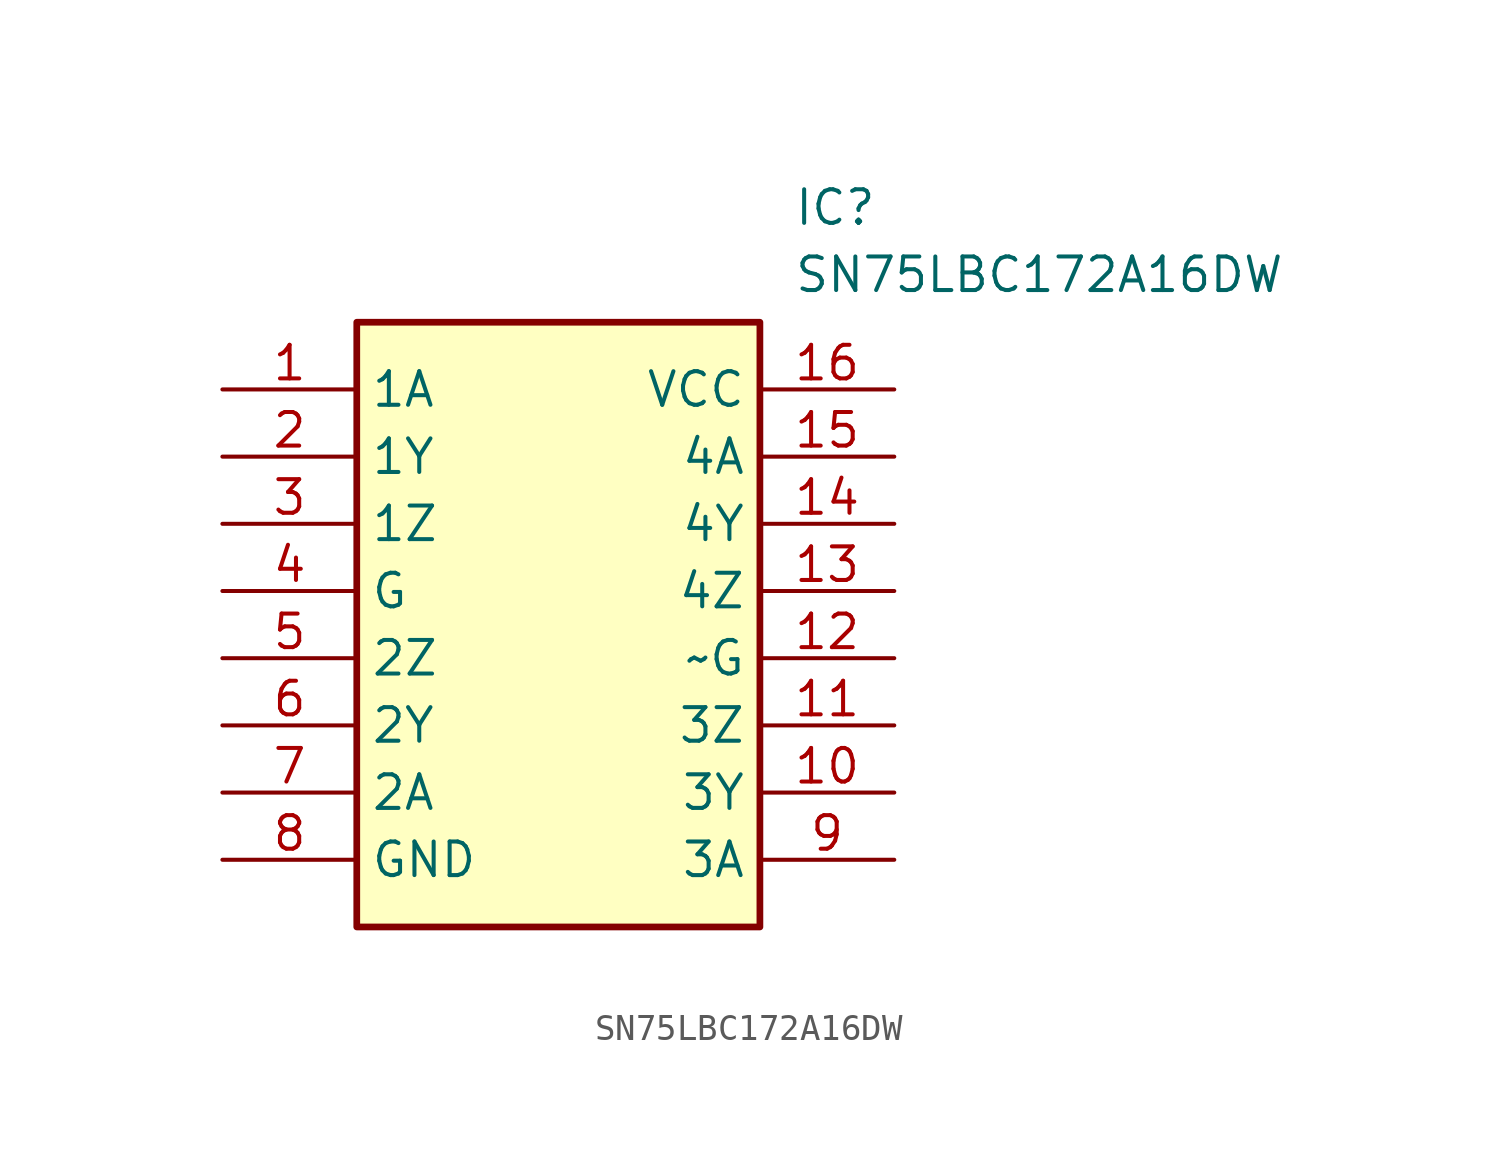
<source format=kicad_sym>
(kicad_symbol_lib
  (version 20211014)
  (generator SamacSys_ECAD_Model)
  (symbol "SN75LBC172A16DW"
    (property "Reference" "IC"
      (at 21.59 7.62 0)
      (effects (font (size 1.27 1.27)) (justify left top)))
    (property "Value" "SN75LBC172A16DW"
      (at 21.59 5.08 0)
      (effects (font (size 1.27 1.27)) (justify left top)))
    (rectangle
      (start 5.08 2.54)
      (end 20.32 -20.32)
      (stroke (width 0.254) (type default))
      (fill (type background)))
    (pin passive line
      (at 0 0 0)
      (length 5.08)
      (name "1A" (effects (font (size 1.27 1.27))))
      (number "1" (effects (font (size 1.27 1.27)))))
    (pin passive line
      (at 0 -2.54 0)
      (length 5.08)
      (name "1Y" (effects (font (size 1.27 1.27))))
      (number "2" (effects (font (size 1.27 1.27)))))
    (pin passive line
      (at 0 -5.08 0)
      (length 5.08)
      (name "1Z" (effects (font (size 1.27 1.27))))
      (number "3" (effects (font (size 1.27 1.27)))))
    (pin passive line
      (at 0 -7.62 0)
      (length 5.08)
      (name "G" (effects (font (size 1.27 1.27))))
      (number "4" (effects (font (size 1.27 1.27)))))
    (pin passive line
      (at 0 -10.16 0)
      (length 5.08)
      (name "2Z" (effects (font (size 1.27 1.27))))
      (number "5" (effects (font (size 1.27 1.27)))))
    (pin passive line
      (at 0 -12.7 0)
      (length 5.08)
      (name "2Y" (effects (font (size 1.27 1.27))))
      (number "6" (effects (font (size 1.27 1.27)))))
    (pin passive line
      (at 0 -15.24 0)
      (length 5.08)
      (name "2A" (effects (font (size 1.27 1.27))))
      (number "7" (effects (font (size 1.27 1.27)))))
    (pin passive line
      (at 0 -17.78 0)
      (length 5.08)
      (name "GND" (effects (font (size 1.27 1.27))))
      (number "8" (effects (font (size 1.27 1.27)))))
    (pin passive line
      (at 25.4 -17.78 180)
      (length 5.08)
      (name "3A" (effects (font (size 1.27 1.27))))
      (number "9" (effects (font (size 1.27 1.27)))))
    (pin passive line
      (at 25.4 -15.24 180)
      (length 5.08)
      (name "3Y" (effects (font (size 1.27 1.27))))
      (number "10" (effects (font (size 1.27 1.27)))))
    (pin passive line
      (at 25.4 -12.7 180)
      (length 5.08)
      (name "3Z" (effects (font (size 1.27 1.27))))
      (number "11" (effects (font (size 1.27 1.27)))))
    (pin passive line
      (at 25.4 -10.16 180)
      (length 5.08)
      (name "~G" (effects (font (size 1.27 1.27))))
      (number "12" (effects (font (size 1.27 1.27)))))
    (pin passive line
      (at 25.4 -7.62 180)
      (length 5.08)
      (name "4Z" (effects (font (size 1.27 1.27))))
      (number "13" (effects (font (size 1.27 1.27)))))
    (pin passive line
      (at 25.4 -5.08 180)
      (length 5.08)
      (name "4Y" (effects (font (size 1.27 1.27))))
      (number "14" (effects (font (size 1.27 1.27)))))
    (pin passive line
      (at 25.4 -2.54 180)
      (length 5.08)
      (name "4A" (effects (font (size 1.27 1.27))))
      (number "15" (effects (font (size 1.27 1.27)))))
    (pin passive line
      (at 25.4 0 180)
      (length 5.08)
      (name "VCC" (effects (font (size 1.27 1.27))))
      (number "16" (effects (font (size 1.27 1.27)))))))
</source>
